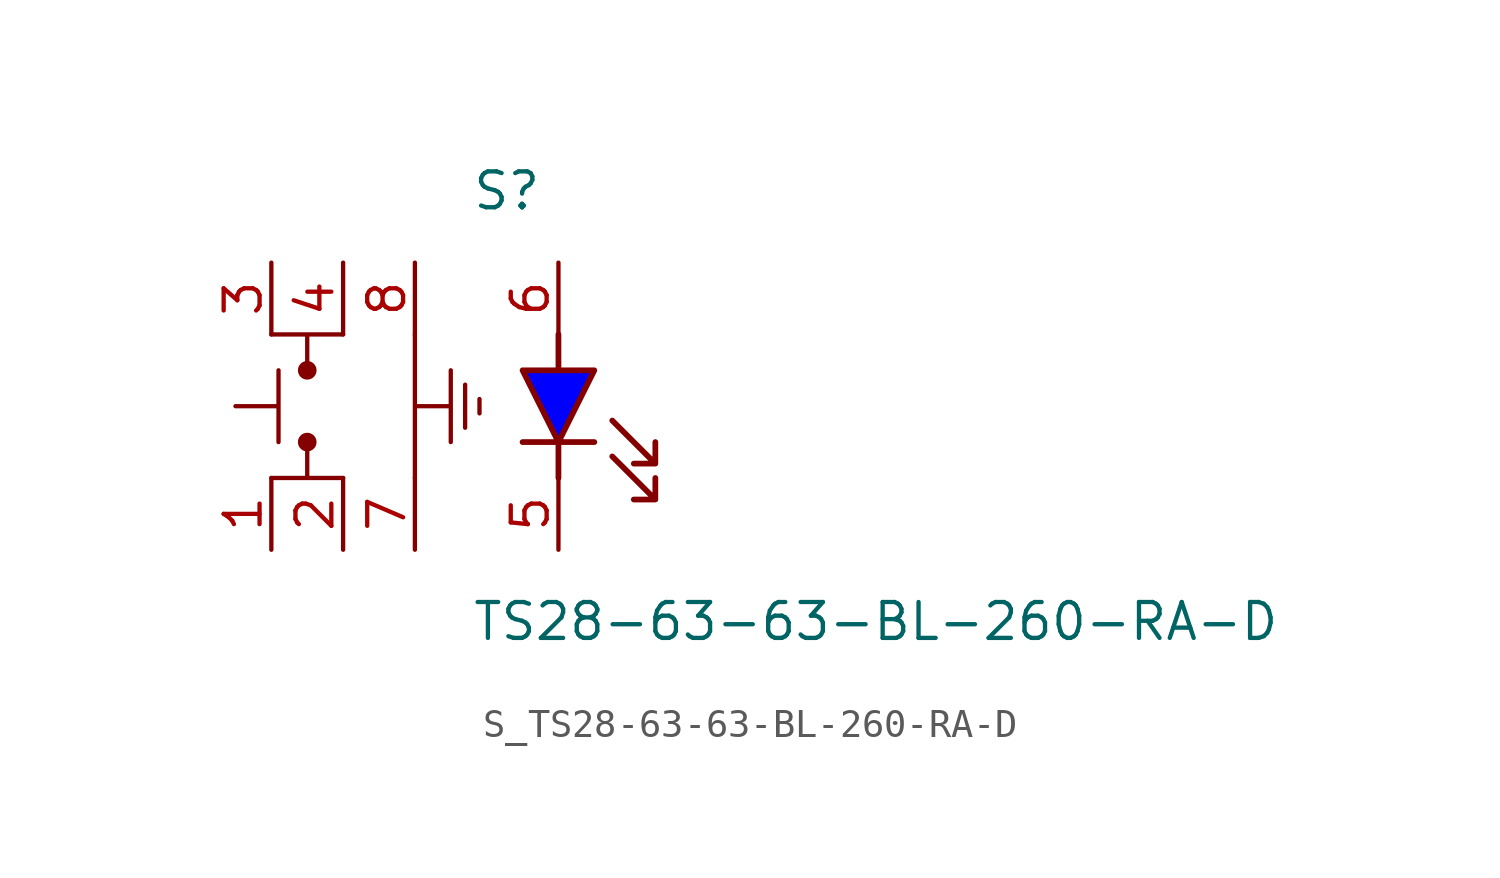
<source format=kicad_sym>
(kicad_symbol_lib
  (version 20231120)
  (generator kicad_symbol_editor)
  (generator_version 8.0)
  (symbol "S_TS28-63-63-BL-260-RA-D"
    (pin_names
      (offset 0.254))
    (property "Reference" "S"
      (at 2 7.62 0)
      (effects (font (size 1.27 1.27)) (justify left)))
    (property "Value" "TS28-63-63-BL-260-RA-D"
      (at 2 -7.62 0)
      (effects (font (size 1.27 1.27)) (justify left)))
    (symbol "S_TS28-63-63-BL-260-RA-D_0_0"
      (pin passive line (at -5.08 5.08 270) (length 2.54) (name "" (effects (font (size 1.27 1.27)))) (number "3" (effects (font (size 1.27 1.27)))))
      (pin passive line (at -2.54 5.08 270) (length 2.54) (name "" (effects (font (size 1.27 1.27)))) (number "4" (effects (font (size 1.27 1.27)))))
      (pin passive line (at 0 5.08 270) (length 2.54) (name "" (effects (font (size 1.27 1.27)))) (number "8" (effects (font (size 1.27 1.27)))))
      (pin passive line (at 5.08 5.08 270) (length 2.54) (name "" (effects (font (size 1.27 1.27)))) (number "6" (effects (font (size 1.27 1.27)))))
      (pin passive line (at -5.08 -5.08 90) (length 2.54) (name "" (effects (font (size 1.27 1.27)))) (number "1" (effects (font (size 1.27 1.27)))))
      (pin passive line (at -2.54 -5.08 90) (length 2.54) (name "" (effects (font (size 1.27 1.27)))) (number "2" (effects (font (size 1.27 1.27)))))
      (pin passive line (at 0 -5.08 90) (length 2.54) (name "" (effects (font (size 1.27 1.27)))) (number "7" (effects (font (size 1.27 1.27)))))
      (pin passive line (at 5.08 -5.08 90) (length 2.54) (name "" (effects (font (size 1.27 1.27)))) (number "5" (effects (font (size 1.27 1.27)))))
      (polyline (pts (xy -4.826 1.27) (xy -4.826 -1.27) (xy -4.826 0) (xy -6.35 0)) (stroke (width 0) (type default)) (fill (type none)))
      (circle (center -3.81 1.27) (radius 0.254) (stroke (width 0) (type solid)) (fill (type outline)))
      (circle (center -3.81 -1.27) (radius 0.254) (stroke (width 0) (type solid)) (fill (type outline)))
      (polyline (pts (xy -2.54 2.54) (xy -5.08 2.54) (xy -3.81 2.54) (xy -3.81 1.27)) (stroke (width 0) (type default)) (fill (type none)))
      (polyline (pts (xy -2.54 -2.54) (xy -5.08 -2.54) (xy -3.81 -2.54) (xy -3.81 -1.27)) (stroke (width 0) (type default)) (fill (type none)))
      (polyline (pts (xy 5.08 -2.54) (xy 5.08 -1.27) (xy 6.35 -1.27) (xy 5.08 -1.27) (xy 6.35 1.27) (xy 5.08 1.27) (xy 5.08 2.54) (xy 5.08 1.27) (xy 3.81 1.27) (xy 5.08 -1.27) (xy 3.81 -1.27) (xy 5.08 -1.27) (xy 5.08 -2.54)) (stroke (width 0.203) (type solid)) (fill (type color) (color 0 0 255 1)))
      (polyline (pts (xy 6.985 -0.508) (xy 8.509 -2.032) (xy 8.509 -1.27) (xy 8.509 -2.032) (xy 7.747 -2.032)) (stroke (width 0.203) (type default)) (fill (type none)))
      (polyline (pts (xy 6.985 -1.778) (xy 8.509 -3.302) (xy 8.509 -2.54) (xy 8.509 -3.302) (xy 7.747 -3.302)) (stroke (width 0.203) (type default)) (fill (type none)))
      (polyline (pts (xy 0 2.54) (xy 0 -2.54) (xy 0 0) (xy 1.27 0) (xy 1.27 1.27) (xy 1.27 -1.27)) (stroke (width 0) (type default)) (fill (type none)))
      (polyline (pts (xy 1.778 -0.762) (xy 1.778 0.762)) (stroke (width 0) (type default)) (fill (type none)))
      (polyline (pts (xy 2.286 -0.254) (xy 2.286 0.254)) (stroke (width 0) (type default)) (fill (type none))))
    (symbol "S_TS28-63-63-BL-260-RA-D_1_0")))
</source>
